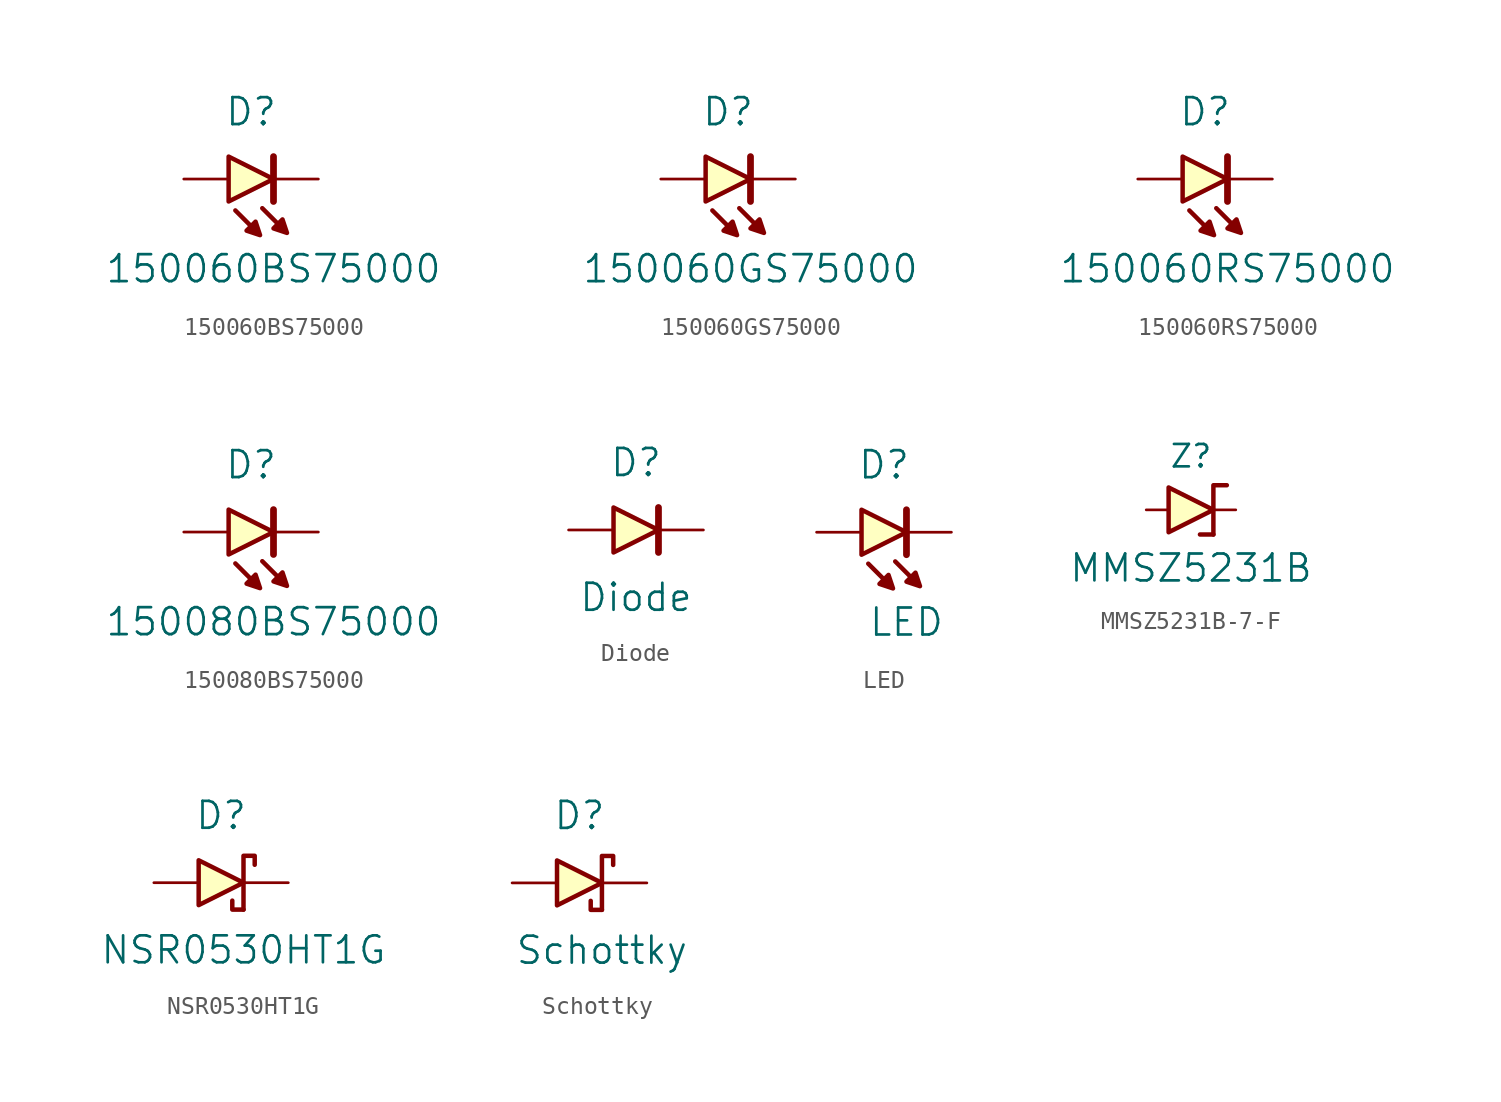
<source format=kicad_sym>
(kicad_symbol_lib
  (version 20241209)
  (generator "kicad_symbol_editor")
  (generator_version "9.0")
  (symbol "150060BS75000"
    (pin_numbers
      (hide yes))
    (pin_names
      (offset 0)
      (hide yes))
    (property "Reference" "D"
      (at -1.27 3.81 0)
      (effects (font (size 1.524 1.524))))
    (property "Value" "150060BS75000"
      (at 0 -5.08 0)
      (effects (font (size 1.524 1.524))))
    (symbol "150060BS75000_0_1"
      (polyline (pts (xy -2.54 1.27) (xy -2.54 -1.27) (xy 0 0) (xy -2.54 1.27)) (stroke (width 0.254) (type default)) (fill (type background)))
      (polyline (pts (xy -2.159 -1.778) (xy -0.762 -3.175) (xy -1.016 -2.413) (xy -1.524 -2.921) (xy -0.762 -3.175)) (stroke (width 0.254) (type default)) (fill (type outline)))
      (polyline (pts (xy -0.635 -1.651) (xy 0.762 -3.048) (xy 0 -2.794) (xy 0.508 -2.286) (xy 0.762 -3.048)) (stroke (width 0.254) (type default)) (fill (type outline)))
      (polyline (pts (xy 0 -1.27) (xy 0 1.27)) (stroke (width 0.381) (type default)) (fill (type none))))
    (symbol "150060BS75000_1_1"
      (pin passive line (at -5.08 0 0) (length 2.54) (name "Anode" (effects (font (size 1.27 1.27)))) (number "2" (effects (font (size 1.27 1.27)))))
      (pin passive line (at 2.54 0 180) (length 2.54) (name "Cathode" (effects (font (size 1.27 1.27)))) (number "1" (effects (font (size 1.27 1.27)))))))
  (symbol "150060GS75000"
    (pin_numbers
      (hide yes))
    (pin_names
      (offset 0)
      (hide yes))
    (property "Reference" "D"
      (at -1.27 3.81 0)
      (effects (font (size 1.524 1.524))))
    (property "Value" "150060GS75000"
      (at 0 -5.08 0)
      (effects (font (size 1.524 1.524))))
    (symbol "150060GS75000_0_1"
      (polyline (pts (xy -2.54 1.27) (xy -2.54 -1.27) (xy 0 0) (xy -2.54 1.27)) (stroke (width 0.254) (type default)) (fill (type background)))
      (polyline (pts (xy -2.159 -1.778) (xy -0.762 -3.175) (xy -1.016 -2.413) (xy -1.524 -2.921) (xy -0.762 -3.175)) (stroke (width 0.254) (type default)) (fill (type outline)))
      (polyline (pts (xy -0.635 -1.651) (xy 0.762 -3.048) (xy 0 -2.794) (xy 0.508 -2.286) (xy 0.762 -3.048)) (stroke (width 0.254) (type default)) (fill (type outline)))
      (polyline (pts (xy 0 -1.27) (xy 0 1.27)) (stroke (width 0.381) (type default)) (fill (type none))))
    (symbol "150060GS75000_1_1"
      (pin passive line (at -5.08 0 0) (length 2.54) (name "Anode" (effects (font (size 1.27 1.27)))) (number "2" (effects (font (size 1.27 1.27)))))
      (pin passive line (at 2.54 0 180) (length 2.54) (name "Cathode" (effects (font (size 1.27 1.27)))) (number "1" (effects (font (size 1.27 1.27)))))))
  (symbol "150060RS75000"
    (pin_numbers
      (hide yes))
    (pin_names
      (offset 0)
      (hide yes))
    (property "Reference" "D"
      (at -1.27 3.81 0)
      (effects (font (size 1.524 1.524))))
    (property "Value" "150060RS75000"
      (at 0 -5.08 0)
      (effects (font (size 1.524 1.524))))
    (symbol "150060RS75000_0_1"
      (polyline (pts (xy -2.54 1.27) (xy -2.54 -1.27) (xy 0 0) (xy -2.54 1.27)) (stroke (width 0.254) (type default)) (fill (type background)))
      (polyline (pts (xy -2.159 -1.778) (xy -0.762 -3.175) (xy -1.016 -2.413) (xy -1.524 -2.921) (xy -0.762 -3.175)) (stroke (width 0.254) (type default)) (fill (type outline)))
      (polyline (pts (xy -0.635 -1.651) (xy 0.762 -3.048) (xy 0 -2.794) (xy 0.508 -2.286) (xy 0.762 -3.048)) (stroke (width 0.254) (type default)) (fill (type outline)))
      (polyline (pts (xy 0 -1.27) (xy 0 1.27)) (stroke (width 0.381) (type default)) (fill (type none))))
    (symbol "150060RS75000_1_1"
      (pin passive line (at -5.08 0 0) (length 2.54) (name "Anode" (effects (font (size 1.27 1.27)))) (number "2" (effects (font (size 1.27 1.27)))))
      (pin passive line (at 2.54 0 180) (length 2.54) (name "Cathode" (effects (font (size 1.27 1.27)))) (number "1" (effects (font (size 1.27 1.27)))))))
  (symbol "150080BS75000"
    (pin_numbers
      (hide yes))
    (pin_names
      (offset 0)
      (hide yes))
    (property "Reference" "D"
      (at -1.27 3.81 0)
      (effects (font (size 1.524 1.524))))
    (property "Value" "150080BS75000"
      (at 0 -5.08 0)
      (effects (font (size 1.524 1.524))))
    (symbol "150080BS75000_0_1"
      (polyline (pts (xy -2.54 1.27) (xy -2.54 -1.27) (xy 0 0) (xy -2.54 1.27)) (stroke (width 0.254) (type default)) (fill (type background)))
      (polyline (pts (xy -2.159 -1.778) (xy -0.762 -3.175) (xy -1.016 -2.413) (xy -1.524 -2.921) (xy -0.762 -3.175)) (stroke (width 0.254) (type default)) (fill (type outline)))
      (polyline (pts (xy -0.635 -1.651) (xy 0.762 -3.048) (xy 0 -2.794) (xy 0.508 -2.286) (xy 0.762 -3.048)) (stroke (width 0.254) (type default)) (fill (type outline)))
      (polyline (pts (xy 0 -1.27) (xy 0 1.27)) (stroke (width 0.381) (type default)) (fill (type none))))
    (symbol "150080BS75000_1_1"
      (pin passive line (at -5.08 0 0) (length 2.54) (name "Anode" (effects (font (size 1.27 1.27)))) (number "2" (effects (font (size 1.27 1.27)))))
      (pin passive line (at 2.54 0 180) (length 2.54) (name "Cathode" (effects (font (size 1.27 1.27)))) (number "1" (effects (font (size 1.27 1.27)))))))
  (symbol "Diode"
    (pin_numbers
      (hide yes))
    (pin_names
      (offset 0)
      (hide yes))
    (property "Reference" "D"
      (at -1.27 3.81 0)
      (effects (font (size 1.524 1.524))))
    (property "Value" "Diode"
      (at -1.27 -3.81 0)
      (effects (font (size 1.524 1.524))))
    (symbol "Diode_0_1"
      (polyline (pts (xy -2.54 1.27) (xy -2.54 -1.27) (xy 0 0) (xy -2.54 1.27)) (stroke (width 0.254) (type default)) (fill (type background)))
      (polyline (pts (xy 0 -1.27) (xy 0 1.27)) (stroke (width 0.381) (type default)) (fill (type none))))
    (symbol "Diode_1_1"
      (pin input line (at -5.08 0 0) (length 2.54) (name "Anode" (effects (font (size 1.27 1.27)))) (number "2" (effects (font (size 1.27 1.27)))))
      (pin input line (at 2.54 0 180) (length 2.54) (name "Cathode" (effects (font (size 1.27 1.27)))) (number "1" (effects (font (size 1.27 1.27)))))))
  (symbol "LED"
    (pin_numbers
      (hide yes))
    (pin_names
      (offset 0)
      (hide yes))
    (property "Reference" "D"
      (at -1.27 3.81 0)
      (effects (font (size 1.524 1.524))))
    (property "Value" "LED"
      (at 0 -5.08 0)
      (effects (font (size 1.524 1.524))))
    (symbol "LED_0_1"
      (polyline (pts (xy -2.54 1.27) (xy -2.54 -1.27) (xy 0 0) (xy -2.54 1.27)) (stroke (width 0.254) (type default)) (fill (type background)))
      (polyline (pts (xy -2.159 -1.778) (xy -0.762 -3.175) (xy -1.016 -2.413) (xy -1.524 -2.921) (xy -0.762 -3.175)) (stroke (width 0.254) (type default)) (fill (type outline)))
      (polyline (pts (xy -0.635 -1.651) (xy 0.762 -3.048) (xy 0 -2.794) (xy 0.508 -2.286) (xy 0.762 -3.048)) (stroke (width 0.254) (type default)) (fill (type outline)))
      (polyline (pts (xy 0 -1.27) (xy 0 1.27)) (stroke (width 0.381) (type default)) (fill (type none))))
    (symbol "LED_1_1"
      (pin input line (at -5.08 0 0) (length 2.54) (name "Anode" (effects (font (size 1.27 1.27)))) (number "2" (effects (font (size 1.27 1.27)))))
      (pin input line (at 2.54 0 180) (length 2.54) (name "Cathode" (effects (font (size 1.27 1.27)))) (number "1" (effects (font (size 1.27 1.27)))))))
  (symbol "MMSZ5231B-7-F"
    (pin_numbers
      (hide yes))
    (pin_names
      (offset 0)
      (hide yes))
    (property "Reference" "Z"
      (at 0 3.048 0)
      (effects (font (size 1.27 1.27))))
    (property "Value" "MMSZ5231B"
      (at 0 -3.302 0)
      (effects (font (size 1.524 1.524))))
    (symbol "MMSZ5231B-7-F_0_1"
      (polyline (pts (xy -1.27 1.27) (xy -1.27 -1.27) (xy 1.27 0) (xy -1.27 1.27)) (stroke (width 0.254) (type default)) (fill (type background))))
    (symbol "MMSZ5231B-7-F_1_1"
      (polyline (pts (xy 1.27 -1.397) (xy 0.508 -1.397)) (stroke (width 0.254) (type default)) (fill (type none)))
      (polyline (pts (xy 1.27 -1.397) (xy 1.27 1.397) (xy 2.032 1.397)) (stroke (width 0.254) (type default)) (fill (type none)))
      (pin input line (at -2.54 0 0) (length 1.27) (name "Anode" (effects (font (size 1.27 1.27)))) (number "2" (effects (font (size 1.27 1.27)))))
      (pin input line (at 2.54 0 180) (length 1.27) (name "Cathode" (effects (font (size 1.27 1.27)))) (number "1" (effects (font (size 1.27 1.27)))))))
  (symbol "NSR0530HT1G"
    (pin_numbers
      (hide yes))
    (pin_names
      (offset 0)
      (hide yes))
    (property "Reference" "D"
      (at -1.27 3.81 0)
      (effects (font (size 1.524 1.524))))
    (property "Value" "NSR0530HT1G"
      (at 0 -3.81 0)
      (effects (font (size 1.524 1.524))))
    (symbol "NSR0530HT1G_0_1"
      (polyline (pts (xy -2.54 1.27) (xy -2.54 -1.27) (xy 0 0) (xy -2.54 1.27)) (stroke (width 0.254) (type default)) (fill (type background)))
      (polyline (pts (xy 0 -1.524) (xy -0.635 -1.524) (xy -0.635 -1.016)) (stroke (width 0.254) (type default)) (fill (type none)))
      (polyline (pts (xy 0 -1.524) (xy 0 1.524) (xy 0.635 1.524) (xy 0.635 1.016)) (stroke (width 0.254) (type default)) (fill (type none))))
    (symbol "NSR0530HT1G_1_1"
      (pin passive line (at -5.08 0 0) (length 2.54) (name "Anode" (effects (font (size 1.27 1.27)))) (number "2" (effects (font (size 1.27 1.27)))))
      (pin passive line (at 2.54 0 180) (length 2.54) (name "Cathode" (effects (font (size 1.27 1.27)))) (number "1" (effects (font (size 1.27 1.27)))))))
  (symbol "Schottky"
    (pin_numbers
      (hide yes))
    (pin_names
      (offset 0)
      (hide yes))
    (property "Reference" "D"
      (at -1.27 3.81 0)
      (effects (font (size 1.524 1.524))))
    (property "Value" "Schottky"
      (at 0 -3.81 0)
      (effects (font (size 1.524 1.524))))
    (symbol "Schottky_0_1"
      (polyline (pts (xy -2.54 1.27) (xy -2.54 -1.27) (xy 0 0) (xy -2.54 1.27)) (stroke (width 0.254) (type default)) (fill (type background)))
      (polyline (pts (xy 0 -1.524) (xy -0.635 -1.524) (xy -0.635 -1.016)) (stroke (width 0.254) (type default)) (fill (type none)))
      (polyline (pts (xy 0 -1.524) (xy 0 1.524) (xy 0.635 1.524) (xy 0.635 1.016)) (stroke (width 0.254) (type default)) (fill (type none))))
    (symbol "Schottky_1_1"
      (pin input line (at -5.08 0 0) (length 2.54) (name "Anode" (effects (font (size 1.27 1.27)))) (number "2" (effects (font (size 1.27 1.27)))))
      (pin input line (at 2.54 0 180) (length 2.54) (name "Cathode" (effects (font (size 1.27 1.27)))) (number "1" (effects (font (size 1.27 1.27))))))))
</source>
